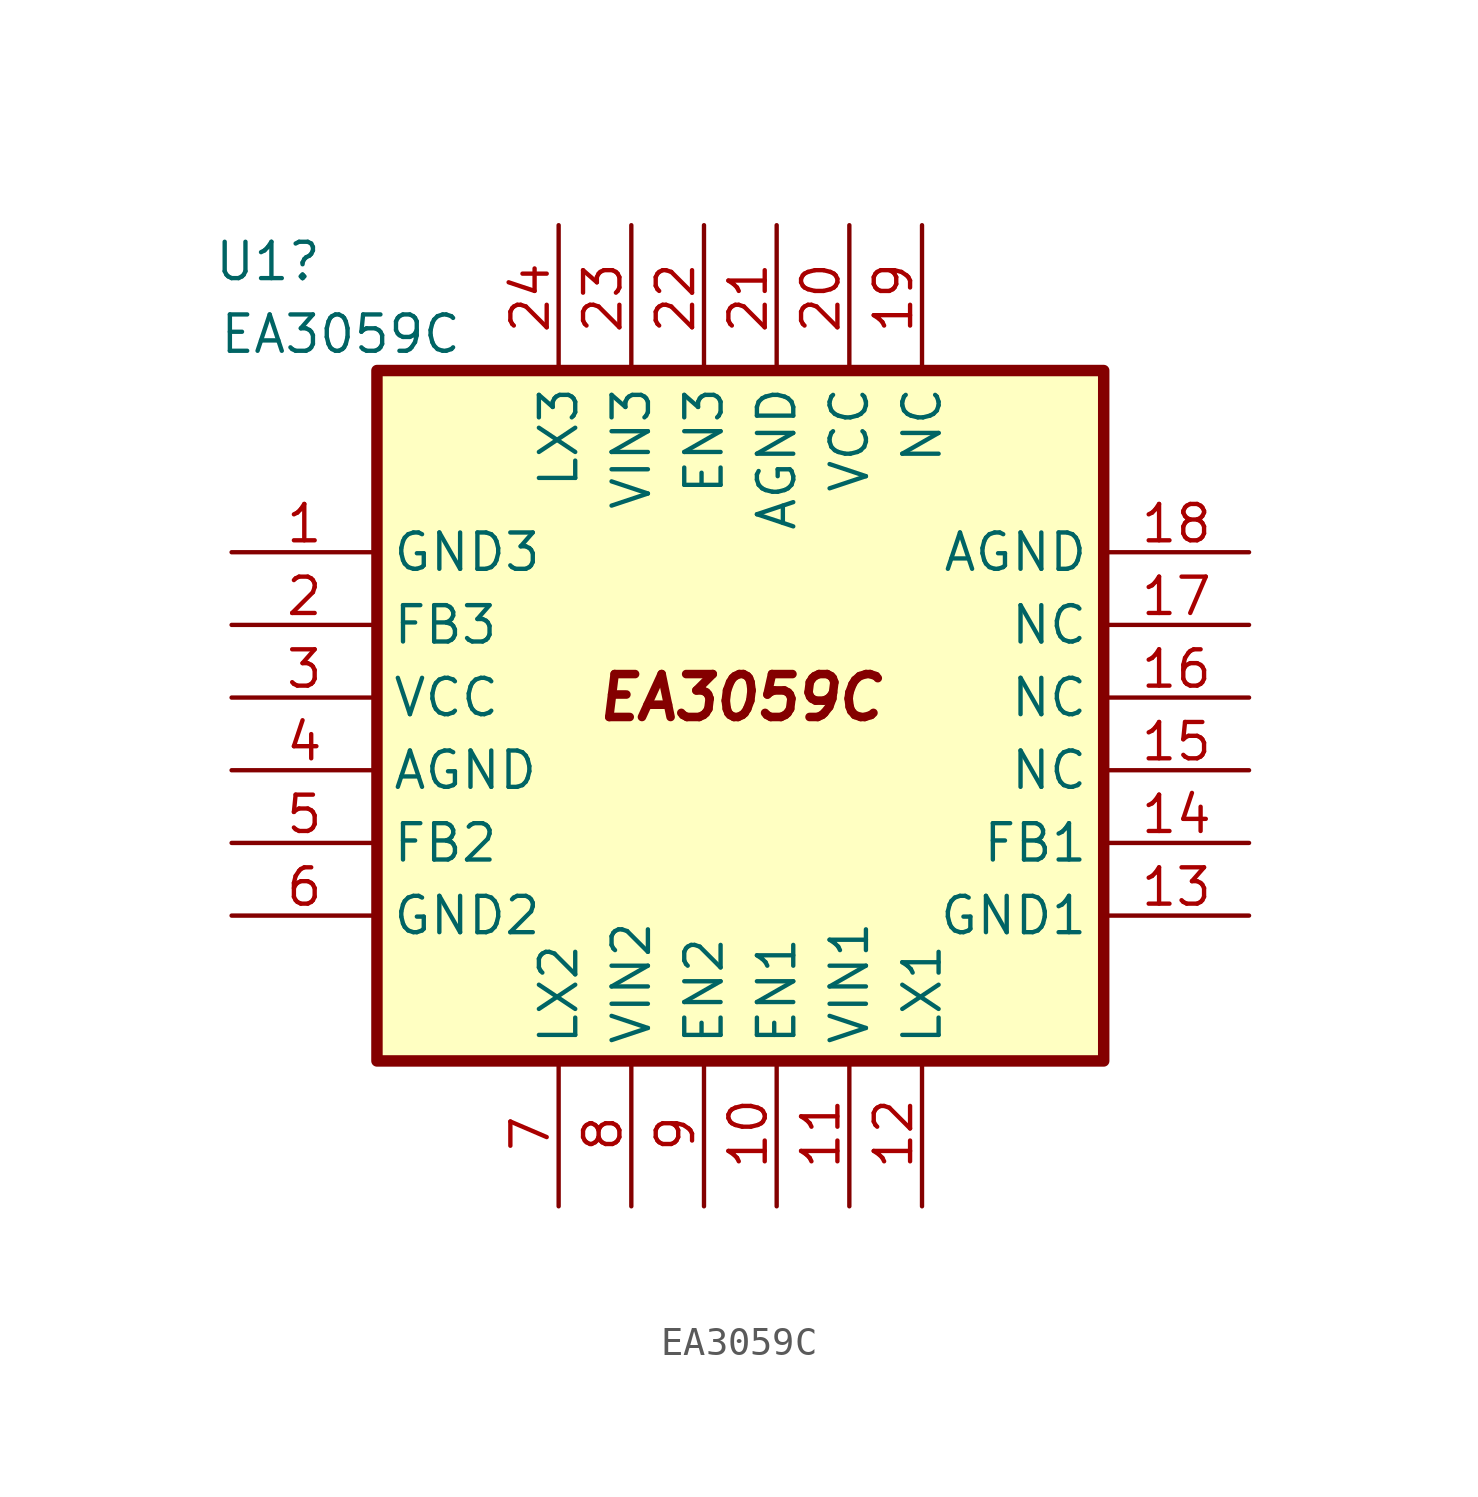
<source format=kicad_sym>
(kicad_symbol_lib
  (version 20211014)
  (generator kicad_symbol_editor)
  (symbol "EA3059C"
    (property "Reference" "U1"
      (at -16.51 16.51 0)
      (effects (font (size 1.27 1.27))))
    (property "Value" "EA3059C"
      (at -13.97 13.97 0)
      (effects (font (size 1.27 1.27))))
    (symbol "EA3059C_0_0"
      (text "EA3059C" (at 0 1.27 0) (effects (font (size 1.5 1.5) bold italic))))
    (symbol "EA3059C_0_1"
      (rectangle (start -12.7 12.7) (end 12.7 -11.43) (stroke (width 0.4) (type default) (color 0 0 0 0)) (fill (type background))))
    (symbol "EA3059C_1_1"
      (pin bidirectional line (at -17.78 6.35 0) (length 5.08) (name "GND3" (effects (font (size 1.27 1.27)))) (number "1" (effects (font (size 1.27 1.27)))))
      (pin bidirectional line (at 1.27 -16.51 90) (length 5.08) (name "EN1" (effects (font (size 1.27 1.27)))) (number "10" (effects (font (size 1.27 1.27)))))
      (pin bidirectional line (at 3.81 -16.51 90) (length 5.08) (name "VIN1" (effects (font (size 1.27 1.27)))) (number "11" (effects (font (size 1.27 1.27)))))
      (pin bidirectional line (at 6.35 -16.51 90) (length 5.08) (name "LX1" (effects (font (size 1.27 1.27)))) (number "12" (effects (font (size 1.27 1.27)))))
      (pin bidirectional line (at 17.78 -6.35 180) (length 5.08) (name "GND1" (effects (font (size 1.27 1.27)))) (number "13" (effects (font (size 1.27 1.27)))))
      (pin bidirectional line (at 17.78 -3.81 180) (length 5.08) (name "FB1" (effects (font (size 1.27 1.27)))) (number "14" (effects (font (size 1.27 1.27)))))
      (pin bidirectional line (at 17.78 -1.27 180) (length 5.08) (name "NC" (effects (font (size 1.27 1.27)))) (number "15" (effects (font (size 1.27 1.27)))))
      (pin bidirectional line (at 17.78 1.27 180) (length 5.08) (name "NC" (effects (font (size 1.27 1.27)))) (number "16" (effects (font (size 1.27 1.27)))))
      (pin bidirectional line (at 17.78 3.81 180) (length 5.08) (name "NC" (effects (font (size 1.27 1.27)))) (number "17" (effects (font (size 1.27 1.27)))))
      (pin bidirectional line (at 17.78 6.35 180) (length 5.08) (name "AGND" (effects (font (size 1.27 1.27)))) (number "18" (effects (font (size 1.27 1.27)))))
      (pin bidirectional line (at 6.35 17.78 270) (length 5.08) (name "NC" (effects (font (size 1.27 1.27)))) (number "19" (effects (font (size 1.27 1.27)))))
      (pin bidirectional line (at -17.78 3.81 0) (length 5.08) (name "FB3" (effects (font (size 1.27 1.27)))) (number "2" (effects (font (size 1.27 1.27)))))
      (pin bidirectional line (at 3.81 17.78 270) (length 5.08) (name "VCC" (effects (font (size 1.27 1.27)))) (number "20" (effects (font (size 1.27 1.27)))))
      (pin bidirectional line (at 1.27 17.78 270) (length 5.08) (name "AGND" (effects (font (size 1.27 1.27)))) (number "21" (effects (font (size 1.27 1.27)))))
      (pin bidirectional line (at -1.27 17.78 270) (length 5.08) (name "EN3" (effects (font (size 1.27 1.27)))) (number "22" (effects (font (size 1.27 1.27)))))
      (pin bidirectional line (at -3.81 17.78 270) (length 5.08) (name "VIN3" (effects (font (size 1.27 1.27)))) (number "23" (effects (font (size 1.27 1.27)))))
      (pin bidirectional line (at -6.35 17.78 270) (length 5.08) (name "LX3" (effects (font (size 1.27 1.27)))) (number "24" (effects (font (size 1.27 1.27)))))
      (pin bidirectional line (at -17.78 1.27 0) (length 5.08) (name "VCC" (effects (font (size 1.27 1.27)))) (number "3" (effects (font (size 1.27 1.27)))))
      (pin bidirectional line (at -17.78 -1.27 0) (length 5.08) (name "AGND" (effects (font (size 1.27 1.27)))) (number "4" (effects (font (size 1.27 1.27)))))
      (pin bidirectional line (at -17.78 -3.81 0) (length 5.08) (name "FB2" (effects (font (size 1.27 1.27)))) (number "5" (effects (font (size 1.27 1.27)))))
      (pin bidirectional line (at -17.78 -6.35 0) (length 5.08) (name "GND2" (effects (font (size 1.27 1.27)))) (number "6" (effects (font (size 1.27 1.27)))))
      (pin bidirectional line (at -6.35 -16.51 90) (length 5.08) (name "LX2" (effects (font (size 1.27 1.27)))) (number "7" (effects (font (size 1.27 1.27)))))
      (pin bidirectional line (at -3.81 -16.51 90) (length 5.08) (name "VIN2" (effects (font (size 1.27 1.27)))) (number "8" (effects (font (size 1.27 1.27)))))
      (pin bidirectional line (at -1.27 -16.51 90) (length 5.08) (name "EN2" (effects (font (size 1.27 1.27)))) (number "9" (effects (font (size 1.27 1.27))))))))
</source>
